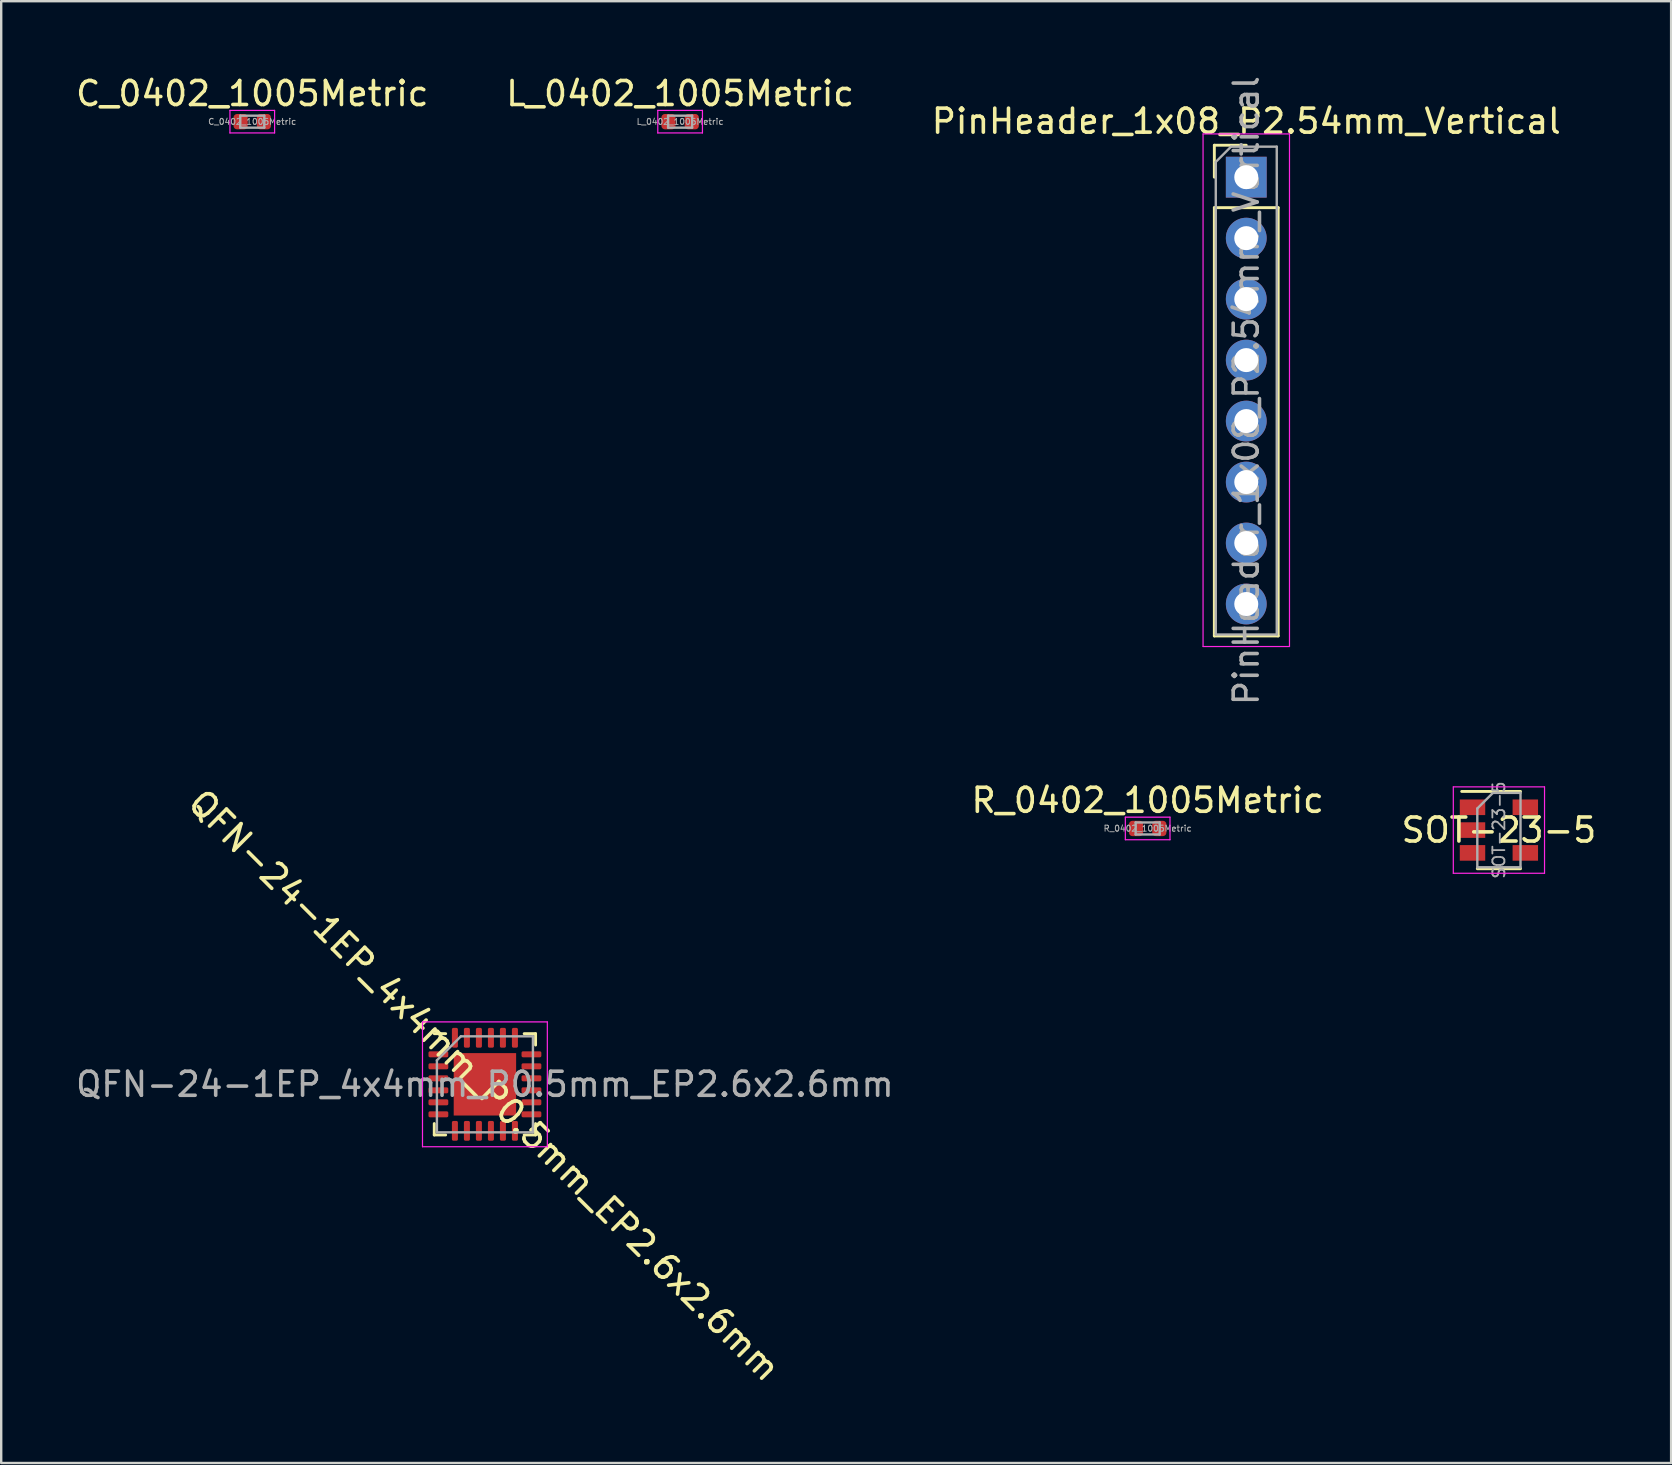
<source format=kicad_pcb>
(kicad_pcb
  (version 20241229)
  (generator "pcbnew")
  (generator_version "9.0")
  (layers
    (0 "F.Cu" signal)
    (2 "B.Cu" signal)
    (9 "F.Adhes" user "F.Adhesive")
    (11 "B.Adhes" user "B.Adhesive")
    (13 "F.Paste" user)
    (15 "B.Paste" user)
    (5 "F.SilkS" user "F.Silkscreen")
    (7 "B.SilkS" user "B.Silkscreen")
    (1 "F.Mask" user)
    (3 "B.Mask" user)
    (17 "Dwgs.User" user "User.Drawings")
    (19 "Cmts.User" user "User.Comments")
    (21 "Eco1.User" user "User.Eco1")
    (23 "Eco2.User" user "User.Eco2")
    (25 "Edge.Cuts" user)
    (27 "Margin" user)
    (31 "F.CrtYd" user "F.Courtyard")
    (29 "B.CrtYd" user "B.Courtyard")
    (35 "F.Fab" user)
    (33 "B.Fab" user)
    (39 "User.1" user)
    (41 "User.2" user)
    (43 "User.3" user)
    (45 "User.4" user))
  (footprint "SOT-23-5"
    (layer "F.Cu")
    (at 59.387 31.527)
    (property "Reference" "SOT-23-5" (at 0 0 0) (layer "F.SilkS") (effects (font (size 1 1) (thickness 0.15))))
    (attr smd)
    (fp_line (start -0.9 1.61) (end 0.9 1.61) (stroke (width 0.12) (type solid)) (layer "F.SilkS"))
    (fp_line (start 0.9 -1.61) (end -1.55 -1.61) (stroke (width 0.12) (type solid)) (layer "F.SilkS"))
    (fp_line (start -1.9 -1.8) (end 1.9 -1.8) (stroke (width 0.05) (type solid)) (layer "F.CrtYd"))
    (fp_line (start -1.9 1.8) (end -1.9 -1.8) (stroke (width 0.05) (type solid)) (layer "F.CrtYd"))
    (fp_line (start 1.9 -1.8) (end 1.9 1.8) (stroke (width 0.05) (type solid)) (layer "F.CrtYd"))
    (fp_line (start 1.9 1.8) (end -1.9 1.8) (stroke (width 0.05) (type solid)) (layer "F.CrtYd"))
    (fp_line (start -0.9 -0.9) (end -0.9 1.55) (stroke (width 0.1) (type solid)) (layer "F.Fab"))
    (fp_line (start -0.9 -0.9) (end -0.25 -1.55) (stroke (width 0.1) (type solid)) (layer "F.Fab"))
    (fp_line (start 0.9 -1.55) (end -0.25 -1.55) (stroke (width 0.1) (type solid)) (layer "F.Fab"))
    (fp_line (start 0.9 -1.55) (end 0.9 1.55) (stroke (width 0.1) (type solid)) (layer "F.Fab"))
    (fp_line (start 0.9 1.55) (end -0.9 1.55) (stroke (width 0.1) (type solid)) (layer "F.Fab"))
    (fp_text user "${REFERENCE}" (at 0 0 90) (layer "F.Fab") (effects (font (size 0.5 0.5) (thickness 0.075))))
    (pad "1" smd rect (at -1.1 -0.95) (size 1.06 0.65) (layers "F.Cu" "F.Mask" "F.Paste"))
    (pad "2" smd rect (at -1.1 0) (size 1.06 0.65) (layers "F.Cu" "F.Mask" "F.Paste"))
    (pad "3" smd rect (at -1.1 0.95) (size 1.06 0.65) (layers "F.Cu" "F.Mask" "F.Paste"))
    (pad "4" smd rect (at 1.1 0.95) (size 1.06 0.65) (layers "F.Cu" "F.Mask" "F.Paste"))
    (pad "5" smd rect (at 1.1 -0.95) (size 1.06 0.65) (layers "F.Cu" "F.Mask" "F.Paste")))
  (footprint "R_0402_1005Metric"
    (layer "F.Cu")
    (at 44.756 31.459)
    (property "Reference" "R_0402_1005Metric" (at 0 -1.17 180) (layer "F.SilkS") (effects (font (size 1 1) (thickness 0.15))))
    (attr smd)
    (fp_line (start -0.93 -0.47) (end 0.93 -0.47) (stroke (width 0.05) (type solid)) (layer "F.CrtYd"))
    (fp_line (start -0.93 0.47) (end -0.93 -0.47) (stroke (width 0.05) (type solid)) (layer "F.CrtYd"))
    (fp_line (start 0.93 -0.47) (end 0.93 0.47) (stroke (width 0.05) (type solid)) (layer "F.CrtYd"))
    (fp_line (start 0.93 0.47) (end -0.93 0.47) (stroke (width 0.05) (type solid)) (layer "F.CrtYd"))
    (fp_line (start -0.5 -0.25) (end 0.5 -0.25) (stroke (width 0.1) (type solid)) (layer "F.Fab"))
    (fp_line (start -0.5 0.25) (end -0.5 -0.25) (stroke (width 0.1) (type solid)) (layer "F.Fab"))
    (fp_line (start 0.5 -0.25) (end 0.5 0.25) (stroke (width 0.1) (type solid)) (layer "F.Fab"))
    (fp_line (start 0.5 0.25) (end -0.5 0.25) (stroke (width 0.1) (type solid)) (layer "F.Fab"))
    (fp_text user "${REFERENCE}" (at 0 0 180) (layer "F.Fab") (effects (font (size 0.25 0.25) (thickness 0.04))))
    (pad "1" smd roundrect (at -0.485 0) (size 0.59 0.64) (layers "F.Cu" "F.Mask" "F.Paste") (roundrect_rratio 0.25))
    (pad "2" smd roundrect (at 0.485 0) (size 0.59 0.64) (layers "F.Cu" "F.Mask" "F.Paste") (roundrect_rratio 0.25)))
  (footprint "QFN-24-1EP_4x4mm_P0.5mm_EP2.6x2.6mm"
    (layer "F.Cu")
    (at 17.149 42.117)
    (property "Reference" "QFN-24-1EP_4x4mm_P0.5mm_EP2.6x2.6mm" (at -0.022 0.049 135) (layer "F.SilkS") (effects (font (size 1 1) (thickness 0.15))))
    (attr smd)
    (fp_line (start -2.11 2.11) (end -2.11 1.635) (stroke (width 0.12) (type solid)) (layer "F.SilkS"))
    (fp_line (start -1.635 -2.11) (end -2.11 -2.11) (stroke (width 0.12) (type solid)) (layer "F.SilkS"))
    (fp_line (start -1.635 2.11) (end -2.11 2.11) (stroke (width 0.12) (type solid)) (layer "F.SilkS"))
    (fp_line (start 1.635 -2.11) (end 2.11 -2.11) (stroke (width 0.12) (type solid)) (layer "F.SilkS"))
    (fp_line (start 1.635 2.11) (end 2.11 2.11) (stroke (width 0.12) (type solid)) (layer "F.SilkS"))
    (fp_line (start 2.11 -2.11) (end 2.11 -1.635) (stroke (width 0.12) (type solid)) (layer "F.SilkS"))
    (fp_line (start 2.11 2.11) (end 2.11 1.635) (stroke (width 0.12) (type solid)) (layer "F.SilkS"))
    (fp_line (start -2.6 -2.6) (end -2.6 2.6) (stroke (width 0.05) (type solid)) (layer "F.CrtYd"))
    (fp_line (start -2.6 2.6) (end 2.6 2.6) (stroke (width 0.05) (type solid)) (layer "F.CrtYd"))
    (fp_line (start 2.6 -2.6) (end -2.6 -2.6) (stroke (width 0.05) (type solid)) (layer "F.CrtYd"))
    (fp_line (start 2.6 2.6) (end 2.6 -2.6) (stroke (width 0.05) (type solid)) (layer "F.CrtYd"))
    (fp_line (start -2 -1) (end -1 -2) (stroke (width 0.1) (type solid)) (layer "F.Fab"))
    (fp_line (start -2 2) (end -2 -1) (stroke (width 0.1) (type solid)) (layer "F.Fab"))
    (fp_line (start -1 -2) (end 2 -2) (stroke (width 0.1) (type solid)) (layer "F.Fab"))
    (fp_line (start 2 -2) (end 2 2) (stroke (width 0.1) (type solid)) (layer "F.Fab"))
    (fp_line (start 2 2) (end -2 2) (stroke (width 0.1) (type solid)) (layer "F.Fab"))
    (fp_text user "${REFERENCE}" (at 0 0 0) (layer "F.Fab") (effects (font (size 1 1) (thickness 0.15))))
    (pad "" smd roundrect (at -0.65 -0.65) (size 1.05 1.05) (layers "F.Paste") (roundrect_rratio 0.238))
    (pad "" smd roundrect (at -0.65 0.65) (size 1.05 1.05) (layers "F.Paste") (roundrect_rratio 0.238))
    (pad "" smd roundrect (at 0.65 -0.65) (size 1.05 1.05) (layers "F.Paste") (roundrect_rratio 0.238))
    (pad "" smd roundrect (at 0.65 0.65) (size 1.05 1.05) (layers "F.Paste") (roundrect_rratio 0.238))
    (pad "1" smd roundrect (at -1.938 -1.25) (size 0.825 0.25) (layers "F.Cu" "F.Mask" "F.Paste") (roundrect_rratio 0.25))
    (pad "2" smd roundrect (at -1.938 -0.75) (size 0.825 0.25) (layers "F.Cu" "F.Mask" "F.Paste") (roundrect_rratio 0.25))
    (pad "3" smd roundrect (at -1.938 -0.25) (size 0.825 0.25) (layers "F.Cu" "F.Mask" "F.Paste") (roundrect_rratio 0.25))
    (pad "4" smd roundrect (at -1.938 0.25) (size 0.825 0.25) (layers "F.Cu" "F.Mask" "F.Paste") (roundrect_rratio 0.25))
    (pad "5" smd roundrect (at -1.938 0.75) (size 0.825 0.25) (layers "F.Cu" "F.Mask" "F.Paste") (roundrect_rratio 0.25))
    (pad "6" smd roundrect (at -1.938 1.25) (size 0.825 0.25) (layers "F.Cu" "F.Mask" "F.Paste") (roundrect_rratio 0.25))
    (pad "7" smd roundrect (at -1.25 1.938) (size 0.25 0.825) (layers "F.Cu" "F.Mask" "F.Paste") (roundrect_rratio 0.25))
    (pad "8" smd roundrect (at -0.75 1.938) (size 0.25 0.825) (layers "F.Cu" "F.Mask" "F.Paste") (roundrect_rratio 0.25))
    (pad "9" smd roundrect (at -0.25 1.938) (size 0.25 0.825) (layers "F.Cu" "F.Mask" "F.Paste") (roundrect_rratio 0.25))
    (pad "10" smd roundrect (at 0.25 1.938) (size 0.25 0.825) (layers "F.Cu" "F.Mask" "F.Paste") (roundrect_rratio 0.25))
    (pad "11" smd roundrect (at 0.75 1.938) (size 0.25 0.825) (layers "F.Cu" "F.Mask" "F.Paste") (roundrect_rratio 0.25))
    (pad "12" smd roundrect (at 1.25 1.938) (size 0.25 0.825) (layers "F.Cu" "F.Mask" "F.Paste") (roundrect_rratio 0.25))
    (pad "13" smd roundrect (at 1.938 1.25) (size 0.825 0.25) (layers "F.Cu" "F.Mask" "F.Paste") (roundrect_rratio 0.25))
    (pad "14" smd roundrect (at 1.938 0.75) (size 0.825 0.25) (layers "F.Cu" "F.Mask" "F.Paste") (roundrect_rratio 0.25))
    (pad "15" smd roundrect (at 1.938 0.25) (size 0.825 0.25) (layers "F.Cu" "F.Mask" "F.Paste") (roundrect_rratio 0.25))
    (pad "16" smd roundrect (at 1.938 -0.25) (size 0.825 0.25) (layers "F.Cu" "F.Mask" "F.Paste") (roundrect_rratio 0.25))
    (pad "17" smd roundrect (at 1.938 -0.75) (size 0.825 0.25) (layers "F.Cu" "F.Mask" "F.Paste") (roundrect_rratio 0.25))
    (pad "18" smd roundrect (at 1.938 -1.25) (size 0.825 0.25) (layers "F.Cu" "F.Mask" "F.Paste") (roundrect_rratio 0.25))
    (pad "19" smd roundrect (at 1.25 -1.938) (size 0.25 0.825) (layers "F.Cu" "F.Mask" "F.Paste") (roundrect_rratio 0.25))
    (pad "20" smd roundrect (at 0.75 -1.938) (size 0.25 0.825) (layers "F.Cu" "F.Mask" "F.Paste") (roundrect_rratio 0.25))
    (pad "21" smd roundrect (at 0.25 -1.938) (size 0.25 0.825) (layers "F.Cu" "F.Mask" "F.Paste") (roundrect_rratio 0.25))
    (pad "22" smd roundrect (at -0.25 -1.938) (size 0.25 0.825) (layers "F.Cu" "F.Mask" "F.Paste") (roundrect_rratio 0.25))
    (pad "23" smd roundrect (at -0.75 -1.938) (size 0.25 0.825) (layers "F.Cu" "F.Mask" "F.Paste") (roundrect_rratio 0.25))
    (pad "24" smd roundrect (at -1.25 -1.938) (size 0.25 0.825) (layers "F.Cu" "F.Mask" "F.Paste") (roundrect_rratio 0.25))
    (pad "25" smd rect (at 0 0) (size 2.6 2.6) (layers "F.Cu" "F.Mask")))
  (footprint "C_0402_1005Metric"
    (layer "F.Cu")
    (at 7.458 2.018)
    (property "Reference" "C_0402_1005Metric" (at 0 -1.17 0) (layer "F.SilkS") (effects (font (size 1 1) (thickness 0.15))))
    (attr smd)
    (fp_line (start -0.93 -0.47) (end 0.93 -0.47) (stroke (width 0.05) (type solid)) (layer "F.CrtYd"))
    (fp_line (start -0.93 0.47) (end -0.93 -0.47) (stroke (width 0.05) (type solid)) (layer "F.CrtYd"))
    (fp_line (start 0.93 -0.47) (end 0.93 0.47) (stroke (width 0.05) (type solid)) (layer "F.CrtYd"))
    (fp_line (start 0.93 0.47) (end -0.93 0.47) (stroke (width 0.05) (type solid)) (layer "F.CrtYd"))
    (fp_line (start -0.5 -0.25) (end 0.5 -0.25) (stroke (width 0.1) (type solid)) (layer "F.Fab"))
    (fp_line (start -0.5 0.25) (end -0.5 -0.25) (stroke (width 0.1) (type solid)) (layer "F.Fab"))
    (fp_line (start 0.5 -0.25) (end 0.5 0.25) (stroke (width 0.1) (type solid)) (layer "F.Fab"))
    (fp_line (start 0.5 0.25) (end -0.5 0.25) (stroke (width 0.1) (type solid)) (layer "F.Fab"))
    (fp_text user "${REFERENCE}" (at 0 0 0) (layer "F.Fab") (effects (font (size 0.25 0.25) (thickness 0.04))))
    (pad "1" smd roundrect (at -0.485 0) (size 0.59 0.64) (layers "F.Cu" "F.Mask" "F.Paste") (roundrect_rratio 0.25))
    (pad "2" smd roundrect (at 0.485 0) (size 0.59 0.64) (layers "F.Cu" "F.Mask" "F.Paste") (roundrect_rratio 0.25)))
  (footprint "PinHeader_1x08_P2.54mm_Vertical"
    (layer "F.Cu")
    (at 48.863 4.33)
    (property "Reference" "PinHeader_1x08_P2.54mm_Vertical" (at 0 -2.33 180) (layer "F.SilkS") (effects (font (size 1 1) (thickness 0.15))))
    (attr through_hole)
    (fp_line (start -1.33 -1.33) (end 0 -1.33) (stroke (width 0.12) (type solid)) (layer "F.SilkS"))
    (fp_line (start -1.33 0) (end -1.33 -1.33) (stroke (width 0.12) (type solid)) (layer "F.SilkS"))
    (fp_line (start -1.33 1.27) (end -1.33 19.11) (stroke (width 0.12) (type solid)) (layer "F.SilkS"))
    (fp_line (start -1.33 1.27) (end 1.33 1.27) (stroke (width 0.12) (type solid)) (layer "F.SilkS"))
    (fp_line (start -1.33 19.11) (end 1.33 19.11) (stroke (width 0.12) (type solid)) (layer "F.SilkS"))
    (fp_line (start 1.33 1.27) (end 1.33 19.11) (stroke (width 0.12) (type solid)) (layer "F.SilkS"))
    (fp_line (start -1.8 -1.8) (end -1.8 19.55) (stroke (width 0.05) (type solid)) (layer "F.CrtYd"))
    (fp_line (start -1.8 19.55) (end 1.8 19.55) (stroke (width 0.05) (type solid)) (layer "F.CrtYd"))
    (fp_line (start 1.8 -1.8) (end -1.8 -1.8) (stroke (width 0.05) (type solid)) (layer "F.CrtYd"))
    (fp_line (start 1.8 19.55) (end 1.8 -1.8) (stroke (width 0.05) (type solid)) (layer "F.CrtYd"))
    (fp_line (start -1.27 -0.635) (end -0.635 -1.27) (stroke (width 0.1) (type solid)) (layer "F.Fab"))
    (fp_line (start -1.27 19.05) (end -1.27 -0.635) (stroke (width 0.1) (type solid)) (layer "F.Fab"))
    (fp_line (start -0.635 -1.27) (end 1.27 -1.27) (stroke (width 0.1) (type solid)) (layer "F.Fab"))
    (fp_line (start 1.27 -1.27) (end 1.27 19.05) (stroke (width 0.1) (type solid)) (layer "F.Fab"))
    (fp_line (start 1.27 19.05) (end -1.27 19.05) (stroke (width 0.1) (type solid)) (layer "F.Fab"))
    (fp_text user "${REFERENCE}" (at 0 8.89 90) (layer "F.Fab") (effects (font (size 1 1) (thickness 0.15))))
    (pad "1" thru_hole rect (at 0 0) (size 1.7 1.7) (drill 1) (layers "*.Cu" "*.Mask"))
    (pad "2" thru_hole oval (at 0 2.54) (size 1.7 1.7) (drill 1) (layers "*.Cu" "*.Mask"))
    (pad "3" thru_hole oval (at 0 5.08) (size 1.7 1.7) (drill 1) (layers "*.Cu" "*.Mask"))
    (pad "4" thru_hole oval (at 0 7.62) (size 1.7 1.7) (drill 1) (layers "*.Cu" "*.Mask"))
    (pad "5" thru_hole oval (at 0 10.16) (size 1.7 1.7) (drill 1) (layers "*.Cu" "*.Mask"))
    (pad "6" thru_hole oval (at 0 12.7) (size 1.7 1.7) (drill 1) (layers "*.Cu" "*.Mask"))
    (pad "7" thru_hole oval (at 0 15.24) (size 1.7 1.7) (drill 1) (layers "*.Cu" "*.Mask"))
    (pad "8" thru_hole oval (at 0 17.78) (size 1.7 1.7) (drill 1) (layers "*.Cu" "*.Mask")))
  (footprint "L_0402_1005Metric"
    (layer "F.Cu")
    (at 25.28 2.018)
    (property "Reference" "L_0402_1005Metric" (at 0 -1.17 0) (layer "F.SilkS") (effects (font (size 1 1) (thickness 0.15))))
    (attr smd)
    (fp_line (start -0.93 -0.47) (end 0.93 -0.47) (stroke (width 0.05) (type solid)) (layer "F.CrtYd"))
    (fp_line (start -0.93 0.47) (end -0.93 -0.47) (stroke (width 0.05) (type solid)) (layer "F.CrtYd"))
    (fp_line (start 0.93 -0.47) (end 0.93 0.47) (stroke (width 0.05) (type solid)) (layer "F.CrtYd"))
    (fp_line (start 0.93 0.47) (end -0.93 0.47) (stroke (width 0.05) (type solid)) (layer "F.CrtYd"))
    (fp_line (start -0.5 -0.25) (end 0.5 -0.25) (stroke (width 0.1) (type solid)) (layer "F.Fab"))
    (fp_line (start -0.5 0.25) (end -0.5 -0.25) (stroke (width 0.1) (type solid)) (layer "F.Fab"))
    (fp_line (start 0.5 -0.25) (end 0.5 0.25) (stroke (width 0.1) (type solid)) (layer "F.Fab"))
    (fp_line (start 0.5 0.25) (end -0.5 0.25) (stroke (width 0.1) (type solid)) (layer "F.Fab"))
    (fp_text user "${REFERENCE}" (at 0 0 0) (layer "F.Fab") (effects (font (size 0.25 0.25) (thickness 0.04))))
    (pad "1" smd roundrect (at -0.485 0) (size 0.59 0.64) (layers "F.Cu" "F.Mask" "F.Paste") (roundrect_rratio 0.25))
    (pad "2" smd roundrect (at 0.485 0) (size 0.59 0.64) (layers "F.Cu" "F.Mask" "F.Paste") (roundrect_rratio 0.25)))
  (gr_rect
    (start -3 -3)
    (end 66.56 57.892)
    (stroke (width 0.1) (type default))
    (fill no)
    (layer "Edge.Cuts")))
</source>
